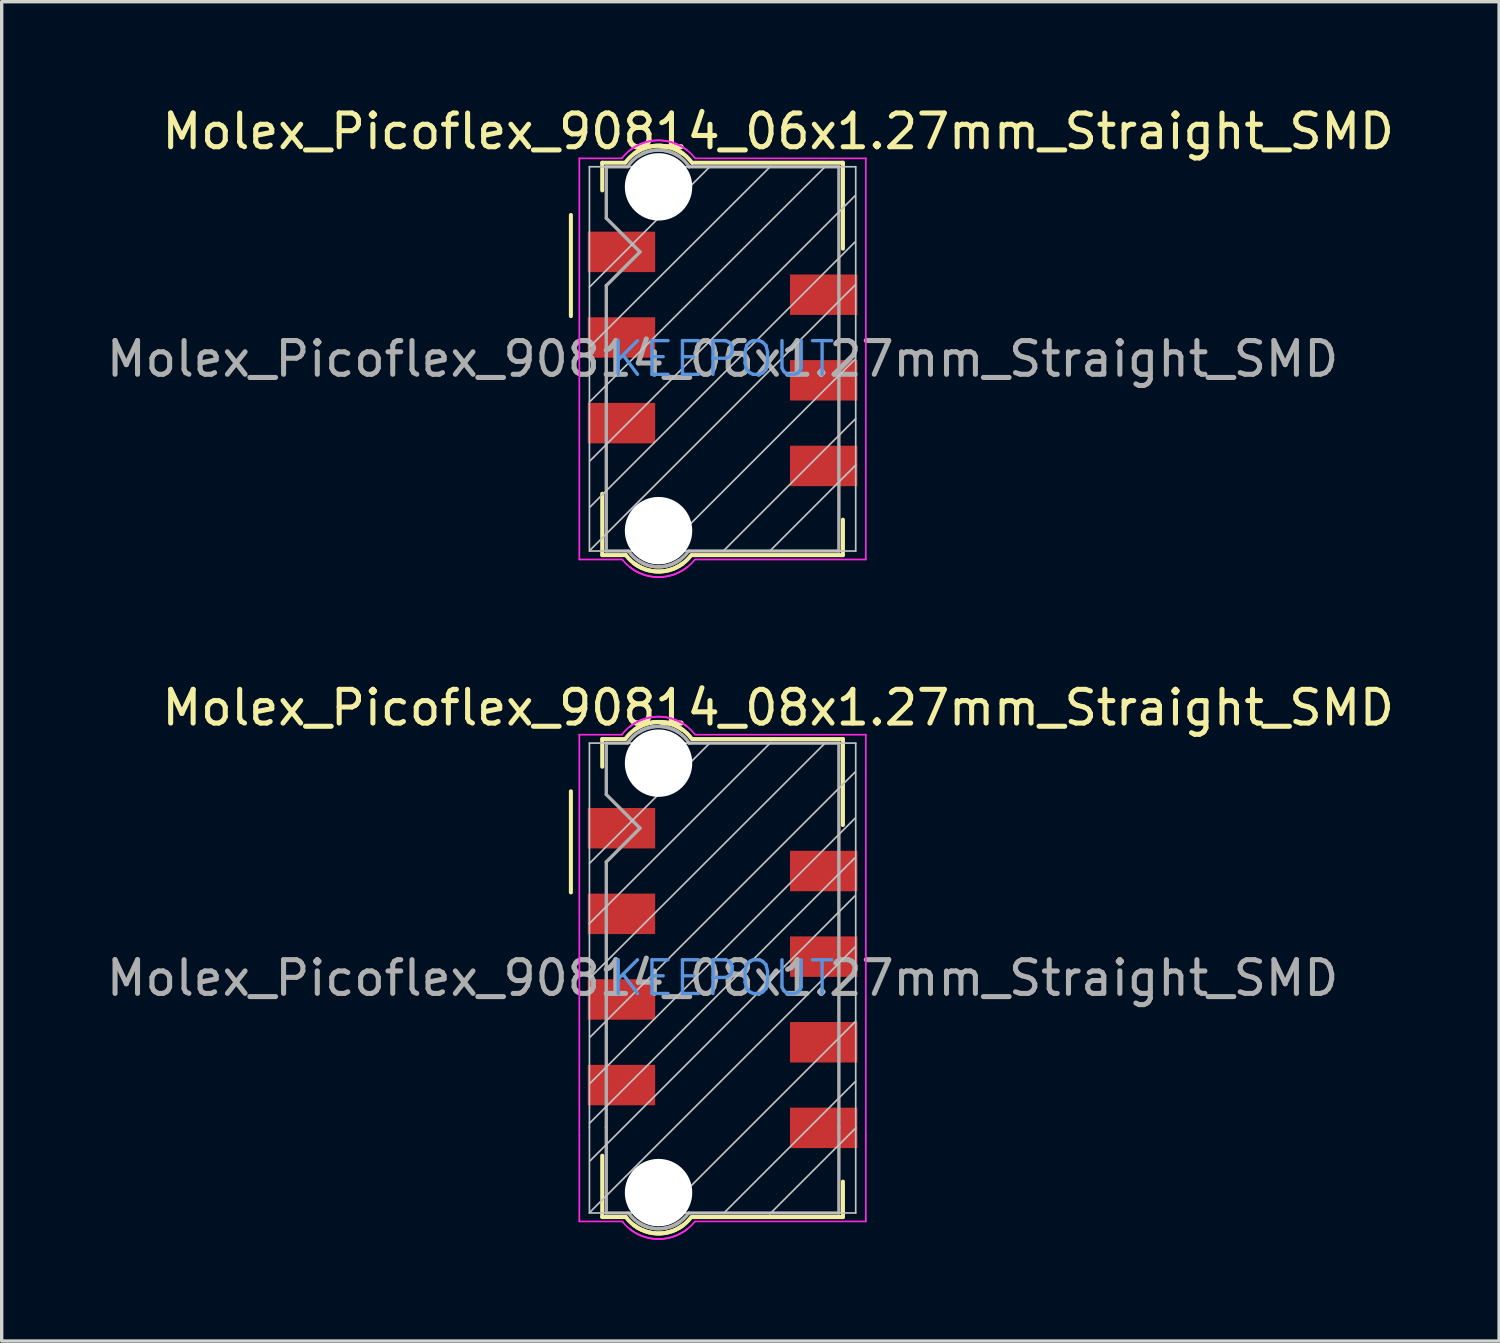
<source format=kicad_pcb>
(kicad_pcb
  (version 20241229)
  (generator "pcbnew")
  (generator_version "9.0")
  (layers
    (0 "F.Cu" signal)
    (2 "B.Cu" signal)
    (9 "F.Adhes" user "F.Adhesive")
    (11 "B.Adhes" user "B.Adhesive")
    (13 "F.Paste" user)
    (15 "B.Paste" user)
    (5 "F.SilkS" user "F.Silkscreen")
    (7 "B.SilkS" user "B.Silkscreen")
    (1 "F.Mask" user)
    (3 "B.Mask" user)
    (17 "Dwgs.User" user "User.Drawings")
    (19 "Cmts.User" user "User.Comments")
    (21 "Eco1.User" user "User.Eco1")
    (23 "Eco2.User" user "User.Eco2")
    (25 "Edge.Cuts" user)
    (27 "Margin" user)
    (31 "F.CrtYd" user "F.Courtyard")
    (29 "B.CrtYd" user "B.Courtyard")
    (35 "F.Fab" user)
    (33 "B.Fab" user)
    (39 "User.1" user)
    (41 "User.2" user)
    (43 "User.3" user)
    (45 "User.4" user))
  (footprint "Molex_Picoflex_90814_08x1.27mm_Straight_SMD"
    (layer "F.Cu")
    (at 18.387 25.966)
    (property "Reference" "Molex_Picoflex_90814_08x1.27mm_Straight_SMD" (at 1.65 -8.02 0) (layer "F.SilkS") (effects (font (size 1 1) (thickness 0.15))))
    (attr smd)
    (fp_line (start -4.5 -5.54) (end -4.5 -2.54) (stroke (width 0.12) (type solid)) (layer "F.SilkS"))
    (fp_line (start -3.57 -7.09) (end -2.89 -7.09) (stroke (width 0.12) (type solid)) (layer "F.SilkS"))
    (fp_line (start -3.57 -6.27) (end -3.57 -7.09) (stroke (width 0.12) (type solid)) (layer "F.SilkS"))
    (fp_line (start -3.57 7.09) (end -3.57 5.27) (stroke (width 0.12) (type solid)) (layer "F.SilkS"))
    (fp_line (start -2.87 7.09) (end -3.57 7.09) (stroke (width 0.12) (type solid)) (layer "F.SilkS"))
    (fp_line (start -0.89 -7.09) (end 3.57 -7.09) (stroke (width 0.12) (type solid)) (layer "F.SilkS"))
    (fp_line (start 3.57 -7.09) (end 3.57 -4.54) (stroke (width 0.12) (type solid)) (layer "F.SilkS"))
    (fp_line (start 3.57 6.04) (end 3.57 7.09) (stroke (width 0.12) (type solid)) (layer "F.SilkS"))
    (fp_line (start 3.57 7.09) (end -0.9 7.09) (stroke (width 0.12) (type solid)) (layer "F.SilkS"))
    (fp_arc (start -2.88 -7.1) (mid -2.083848 -7.582082) (end -1.18 -7.36) (stroke (width 0.12) (type solid)) (layer "F.SilkS"))
    (fp_arc (start -2.61 -7.37) (mid -1.70201 -7.582082) (end -0.91 -7.09) (stroke (width 0.12) (type solid)) (layer "F.SilkS"))
    (fp_arc (start -1.18 7.34) (mid -2.076777 7.56501) (end -2.87 7.09) (stroke (width 0.12) (type solid)) (layer "F.SilkS"))
    (fp_arc (start -0.93 7.09) (mid -1.723223 7.56501) (end -2.62 7.34) (stroke (width 0.12) (type solid)) (layer "F.SilkS"))
    (fp_line (start -3.96 -1.61) (end 1.43 -6.99) (stroke (width 0.05) (type solid)) (layer "Dwgs.User"))
    (fp_line (start -3.95 -3.4) (end -0.38 -6.97) (stroke (width 0.05) (type solid)) (layer "Dwgs.User"))
    (fp_line (start -3.95 0.01) (end 3.04 -6.97) (stroke (width 0.05) (type solid)) (layer "Dwgs.User"))
    (fp_line (start -3.95 4.31) (end 3.92 -3.56) (stroke (width 0.05) (type solid)) (layer "Dwgs.User"))
    (fp_line (start -3.95 4.43) (end -3.95 -6.97) (stroke (width 0.05) (type solid)) (layer "Dwgs.User"))
    (fp_line (start -3.95 6.97) (end -3.95 4.43) (stroke (width 0.05) (type solid)) (layer "Dwgs.User"))
    (fp_line (start -3.95 6.97) (end 3.95 6.97) (stroke (width 0.05) (type solid)) (layer "Dwgs.User"))
    (fp_line (start -3.94 1.76) (end 3.93 -6.11) (stroke (width 0.05) (type solid)) (layer "Dwgs.User"))
    (fp_line (start -3.94 3.13) (end 3.93 -4.74) (stroke (width 0.05) (type solid)) (layer "Dwgs.User"))
    (fp_line (start -3.94 5.43) (end 3.93 -2.44) (stroke (width 0.05) (type solid)) (layer "Dwgs.User"))
    (fp_line (start -3.94 6.95) (end 3.93 -0.92) (stroke (width 0.05) (type solid)) (layer "Dwgs.User"))
    (fp_line (start -1.74 6.97) (end 3.95 1.28) (stroke (width 0.05) (type solid)) (layer "Dwgs.User"))
    (fp_line (start 0.03 6.98) (end 3.95 3.06) (stroke (width 0.05) (type solid)) (layer "Dwgs.User"))
    (fp_line (start 1.4 7) (end 3.95 4.45) (stroke (width 0.05) (type solid)) (layer "Dwgs.User"))
    (fp_line (start 3.95 -6.97) (end -3.95 -6.97) (stroke (width 0.05) (type solid)) (layer "Dwgs.User"))
    (fp_line (start 3.95 -6.97) (end 3.95 4.43) (stroke (width 0.05) (type solid)) (layer "Dwgs.User"))
    (fp_line (start 3.95 4.43) (end 3.95 6.97) (stroke (width 0.05) (type solid)) (layer "Dwgs.User"))
    (fp_line (start -4.25 -7.22) (end -4.25 4.68) (stroke (width 0.05) (type solid)) (layer "F.CrtYd"))
    (fp_line (start -4.25 4.68) (end -4.25 7.22) (stroke (width 0.05) (type solid)) (layer "F.CrtYd"))
    (fp_line (start -4.25 7.22) (end -2.97 7.22) (stroke (width 0.05) (type solid)) (layer "F.CrtYd"))
    (fp_line (start -2.99 -7.22) (end -4.25 -7.22) (stroke (width 0.05) (type solid)) (layer "F.CrtYd"))
    (fp_line (start -0.82 -7.22) (end 4.25 -7.22) (stroke (width 0.05) (type solid)) (layer "F.CrtYd"))
    (fp_line (start 4.25 -7.22) (end 4.25 4.68) (stroke (width 0.05) (type solid)) (layer "F.CrtYd"))
    (fp_line (start 4.25 7.22) (end -0.82 7.22) (stroke (width 0.05) (type solid)) (layer "F.CrtYd"))
    (fp_line (start 4.25 7.22) (end 4.25 4.68) (stroke (width 0.05) (type solid)) (layer "F.CrtYd"))
    (fp_arc (start -2.99 -7.22) (mid -2.076777 -7.744716) (end -1.06 -7.47) (stroke (width 0.05) (type solid)) (layer "F.CrtYd"))
    (fp_arc (start -2.76 -7.45) (mid -1.751508 -7.744716) (end -0.83 -7.24) (stroke (width 0.05) (type solid)) (layer "F.CrtYd"))
    (fp_arc (start -1.04 7.44) (mid -2.048492 7.734716) (end -2.97 7.23) (stroke (width 0.05) (type solid)) (layer "F.CrtYd"))
    (fp_arc (start -0.82 7.22) (mid -1.737365 7.734716) (end -2.75 7.45) (stroke (width 0.05) (type solid)) (layer "F.CrtYd"))
    (fp_line (start -3.45 -6.97) (end -3.45 -5.445) (stroke (width 0.1) (type solid)) (layer "F.Fab"))
    (fp_line (start -3.45 -6.97) (end -2.81 -6.97) (stroke (width 0.1) (type solid)) (layer "F.Fab"))
    (fp_line (start -3.45 -3.445) (end -2.45 -4.445) (stroke (width 0.1) (type solid)) (layer "F.Fab"))
    (fp_line (start -3.45 4.43) (end -3.45 -3.445) (stroke (width 0.1) (type solid)) (layer "F.Fab"))
    (fp_line (start -3.45 4.43) (end -3.45 6.97) (stroke (width 0.1) (type solid)) (layer "F.Fab"))
    (fp_line (start -3.45 6.97) (end -2.79 6.97) (stroke (width 0.1) (type solid)) (layer "F.Fab"))
    (fp_line (start -2.45 -4.445) (end -3.45 -5.445) (stroke (width 0.1) (type solid)) (layer "F.Fab"))
    (fp_line (start -1 -6.97) (end 3.45 -6.97) (stroke (width 0.1) (type solid)) (layer "F.Fab"))
    (fp_line (start 3.45 -6.97) (end 3.45 4.43) (stroke (width 0.1) (type solid)) (layer "F.Fab"))
    (fp_line (start 3.45 4.43) (end 3.45 6.97) (stroke (width 0.1) (type solid)) (layer "F.Fab"))
    (fp_line (start 3.45 6.97) (end -1 6.97) (stroke (width 0.1) (type solid)) (layer "F.Fab"))
    (fp_arc (start -2.81 -6.98) (mid -2.119203 -7.447731) (end -1.3 -7.29) (stroke (width 0.1) (type solid)) (layer "F.Fab"))
    (fp_arc (start -2.49 -7.29) (mid -1.673726 -7.44066) (end -0.99 -6.97) (stroke (width 0.1) (type solid)) (layer "F.Fab"))
    (fp_arc (start -1.29 7.25) (mid -2.09799 7.42066) (end -2.79 6.97) (stroke (width 0.1) (type solid)) (layer "F.Fab"))
    (fp_arc (start -1.01 6.97) (mid -1.70201 7.42066) (end -2.51 7.25) (stroke (width 0.1) (type solid)) (layer "F.Fab"))
    (fp_text user "KEEPOUT" (at 0 0 0) (layer "Cmts.User") (effects (font (size 1 1) (thickness 0.1))))
    (fp_text user "${REFERENCE}" (at 0 0 0) (layer "F.Fab") (effects (font (size 1 1) (thickness 0.15))))
    (pad "" np_thru_hole circle (at -1.9 -6.375) (size 2 2) (drill 2) (layers "*.Cu" "*.Mask"))
    (pad "" np_thru_hole circle (at -1.9 6.365) (size 2 2) (drill 2) (layers "*.Cu" "*.Mask"))
    (pad "1" smd rect (at -3 -4.445) (size 2 1.2) (layers "F.Cu" "F.Mask" "F.Paste"))
    (pad "2" smd rect (at 3 -3.175) (size 2 1.2) (layers "F.Cu" "F.Mask" "F.Paste"))
    (pad "3" smd rect (at -3 -1.905) (size 2 1.2) (layers "F.Cu" "F.Mask" "F.Paste"))
    (pad "4" smd rect (at 3 -0.635) (size 2 1.2) (layers "F.Cu" "F.Mask" "F.Paste"))
    (pad "5" smd rect (at -3 0.635) (size 2 1.2) (layers "F.Cu" "F.Mask" "F.Paste"))
    (pad "6" smd rect (at 3 1.905) (size 2 1.2) (layers "F.Cu" "F.Mask" "F.Paste"))
    (pad "7" smd rect (at -3 3.175) (size 2 1.2) (layers "F.Cu" "F.Mask" "F.Paste"))
    (pad "8" smd rect (at 3 4.445) (size 2 1.2) (layers "F.Cu" "F.Mask" "F.Paste")))
  (footprint "Molex_Picoflex_90814_06x1.27mm_Straight_SMD"
    (layer "F.Cu")
    (at 18.387 7.598)
    (property "Reference" "Molex_Picoflex_90814_06x1.27mm_Straight_SMD" (at 1.65 -6.75 0) (layer "F.SilkS") (effects (font (size 1 1) (thickness 0.15))))
    (attr smd)
    (fp_line (start -4.5 -4.27) (end -4.5 -1.27) (stroke (width 0.12) (type solid)) (layer "F.SilkS"))
    (fp_line (start -3.57 -5.82) (end -2.89 -5.82) (stroke (width 0.12) (type solid)) (layer "F.SilkS"))
    (fp_line (start -3.57 -5) (end -3.57 -5.82) (stroke (width 0.12) (type solid)) (layer "F.SilkS"))
    (fp_line (start -3.57 5.82) (end -3.57 4) (stroke (width 0.12) (type solid)) (layer "F.SilkS"))
    (fp_line (start -2.87 5.82) (end -3.57 5.82) (stroke (width 0.12) (type solid)) (layer "F.SilkS"))
    (fp_line (start -0.89 -5.82) (end 3.57 -5.82) (stroke (width 0.12) (type solid)) (layer "F.SilkS"))
    (fp_line (start 3.57 -5.82) (end 3.57 -3.27) (stroke (width 0.12) (type solid)) (layer "F.SilkS"))
    (fp_line (start 3.57 4.77) (end 3.57 5.82) (stroke (width 0.12) (type solid)) (layer "F.SilkS"))
    (fp_line (start 3.57 5.82) (end -0.9 5.82) (stroke (width 0.12) (type solid)) (layer "F.SilkS"))
    (fp_arc (start -2.88 -5.83) (mid -2.083848 -6.312082) (end -1.18 -6.09) (stroke (width 0.12) (type solid)) (layer "F.SilkS"))
    (fp_arc (start -2.61 -6.1) (mid -1.70201 -6.312082) (end -0.91 -5.82) (stroke (width 0.12) (type solid)) (layer "F.SilkS"))
    (fp_arc (start -1.18 6.07) (mid -2.076777 6.29501) (end -2.87 5.82) (stroke (width 0.12) (type solid)) (layer "F.SilkS"))
    (fp_arc (start -0.93 5.82) (mid -1.723223 6.29501) (end -2.62 6.07) (stroke (width 0.12) (type solid)) (layer "F.SilkS"))
    (fp_line (start -3.96 -0.34) (end 1.43 -5.72) (stroke (width 0.05) (type solid)) (layer "Dwgs.User"))
    (fp_line (start -3.95 -2.13) (end -0.38 -5.7) (stroke (width 0.05) (type solid)) (layer "Dwgs.User"))
    (fp_line (start -3.95 1.28) (end 3.04 -5.7) (stroke (width 0.05) (type solid)) (layer "Dwgs.User"))
    (fp_line (start -3.95 5.7) (end -3.95 -5.7) (stroke (width 0.05) (type solid)) (layer "Dwgs.User"))
    (fp_line (start -3.95 5.7) (end 3.95 5.7) (stroke (width 0.05) (type solid)) (layer "Dwgs.User"))
    (fp_line (start -3.94 3.03) (end 3.93 -4.84) (stroke (width 0.05) (type solid)) (layer "Dwgs.User"))
    (fp_line (start -3.94 4.4) (end 3.93 -3.47) (stroke (width 0.05) (type solid)) (layer "Dwgs.User"))
    (fp_line (start -3.93 5.67) (end 3.94 -2.2) (stroke (width 0.05) (type solid)) (layer "Dwgs.User"))
    (fp_line (start -1.76 5.7) (end 3.93 0.01) (stroke (width 0.05) (type solid)) (layer "Dwgs.User"))
    (fp_line (start 0.03 5.69) (end 3.95 1.77) (stroke (width 0.05) (type solid)) (layer "Dwgs.User"))
    (fp_line (start 1.4 5.7) (end 3.95 3.15) (stroke (width 0.05) (type solid)) (layer "Dwgs.User"))
    (fp_line (start 3.95 -5.7) (end -3.95 -5.7) (stroke (width 0.05) (type solid)) (layer "Dwgs.User"))
    (fp_line (start 3.95 -5.7) (end 3.95 5.7) (stroke (width 0.05) (type solid)) (layer "Dwgs.User"))
    (fp_line (start -4.25 -5.95) (end -4.25 5.95) (stroke (width 0.05) (type solid)) (layer "F.CrtYd"))
    (fp_line (start -4.25 5.95) (end -2.97 5.95) (stroke (width 0.05) (type solid)) (layer "F.CrtYd"))
    (fp_line (start -2.99 -5.95) (end -4.25 -5.95) (stroke (width 0.05) (type solid)) (layer "F.CrtYd"))
    (fp_line (start -0.82 -5.95) (end 4.25 -5.95) (stroke (width 0.05) (type solid)) (layer "F.CrtYd"))
    (fp_line (start 4.25 -5.95) (end 4.25 5.95) (stroke (width 0.05) (type solid)) (layer "F.CrtYd"))
    (fp_line (start 4.25 5.95) (end -0.82 5.95) (stroke (width 0.05) (type solid)) (layer "F.CrtYd"))
    (fp_arc (start -2.99 -5.95) (mid -2.076777 -6.474716) (end -1.06 -6.2) (stroke (width 0.05) (type solid)) (layer "F.CrtYd"))
    (fp_arc (start -2.76 -6.18) (mid -1.751508 -6.474716) (end -0.83 -5.97) (stroke (width 0.05) (type solid)) (layer "F.CrtYd"))
    (fp_arc (start -1.04 6.17) (mid -2.048492 6.464716) (end -2.97 5.96) (stroke (width 0.05) (type solid)) (layer "F.CrtYd"))
    (fp_arc (start -0.82 5.95) (mid -1.737365 6.464716) (end -2.75 6.18) (stroke (width 0.05) (type solid)) (layer "F.CrtYd"))
    (fp_line (start -3.45 -5.7) (end -3.45 -4.175) (stroke (width 0.1) (type solid)) (layer "F.Fab"))
    (fp_line (start -3.45 -5.7) (end -2.81 -5.7) (stroke (width 0.1) (type solid)) (layer "F.Fab"))
    (fp_line (start -3.45 -2.175) (end -2.45 -3.175) (stroke (width 0.1) (type solid)) (layer "F.Fab"))
    (fp_line (start -3.45 5.7) (end -3.45 -2.175) (stroke (width 0.1) (type solid)) (layer "F.Fab"))
    (fp_line (start -3.45 5.7) (end -2.79 5.7) (stroke (width 0.1) (type solid)) (layer "F.Fab"))
    (fp_line (start -2.45 -3.175) (end -3.45 -4.175) (stroke (width 0.1) (type solid)) (layer "F.Fab"))
    (fp_line (start -1 -5.7) (end 3.45 -5.7) (stroke (width 0.1) (type solid)) (layer "F.Fab"))
    (fp_line (start 3.45 -5.7) (end 3.45 5.7) (stroke (width 0.1) (type solid)) (layer "F.Fab"))
    (fp_line (start 3.45 5.7) (end -1 5.7) (stroke (width 0.1) (type solid)) (layer "F.Fab"))
    (fp_arc (start -2.81 -5.71) (mid -2.119203 -6.177731) (end -1.3 -6.02) (stroke (width 0.1) (type solid)) (layer "F.Fab"))
    (fp_arc (start -2.49 -6.02) (mid -1.673726 -6.17066) (end -0.99 -5.7) (stroke (width 0.1) (type solid)) (layer "F.Fab"))
    (fp_arc (start -1.29 5.98) (mid -2.09799 6.15066) (end -2.79 5.7) (stroke (width 0.1) (type solid)) (layer "F.Fab"))
    (fp_arc (start -1.01 5.7) (mid -1.70201 6.15066) (end -2.51 5.98) (stroke (width 0.1) (type solid)) (layer "F.Fab"))
    (fp_text user "KEEPOUT" (at 0 0 0) (layer "Cmts.User") (effects (font (size 1 1) (thickness 0.1))))
    (fp_text user "${REFERENCE}" (at 0 0 0) (layer "F.Fab") (effects (font (size 1 1) (thickness 0.15))))
    (pad "" np_thru_hole circle (at -1.9 -5.105) (size 2 2) (drill 2) (layers "*.Cu" "*.Mask"))
    (pad "" np_thru_hole circle (at -1.9 5.095) (size 2 2) (drill 2) (layers "*.Cu" "*.Mask"))
    (pad "1" smd rect (at -3 -3.175) (size 2 1.2) (layers "F.Cu" "F.Mask" "F.Paste"))
    (pad "2" smd rect (at 3 -1.905) (size 2 1.2) (layers "F.Cu" "F.Mask" "F.Paste"))
    (pad "3" smd rect (at -3 -0.635) (size 2 1.2) (layers "F.Cu" "F.Mask" "F.Paste"))
    (pad "4" smd rect (at 3 0.635) (size 2 1.2) (layers "F.Cu" "F.Mask" "F.Paste"))
    (pad "5" smd rect (at -3 1.905) (size 2 1.2) (layers "F.Cu" "F.Mask" "F.Paste"))
    (pad "6" smd rect (at 3 3.175) (size 2 1.2) (layers "F.Cu" "F.Mask" "F.Paste")))
  (gr_rect
    (start -3 -3)
    (end 41.424 36.735)
    (stroke (width 0.1) (type default))
    (fill no)
    (layer "Edge.Cuts")))
</source>
